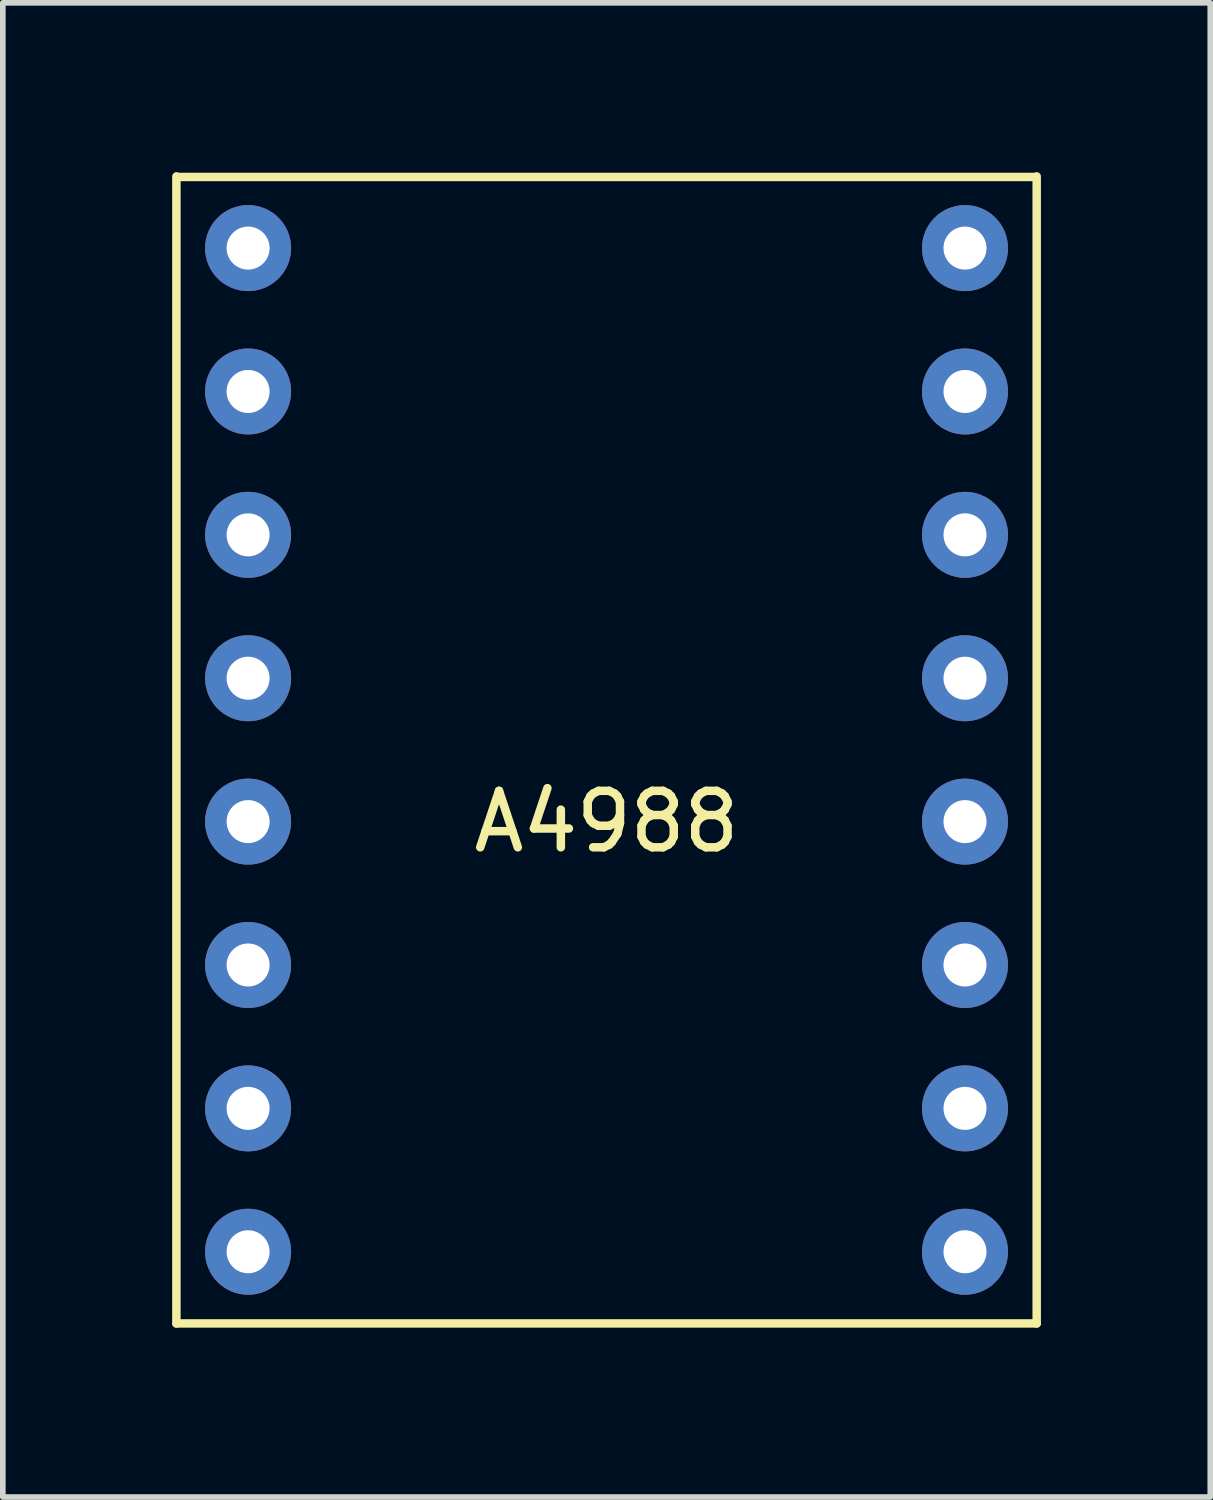
<source format=kicad_pcb>
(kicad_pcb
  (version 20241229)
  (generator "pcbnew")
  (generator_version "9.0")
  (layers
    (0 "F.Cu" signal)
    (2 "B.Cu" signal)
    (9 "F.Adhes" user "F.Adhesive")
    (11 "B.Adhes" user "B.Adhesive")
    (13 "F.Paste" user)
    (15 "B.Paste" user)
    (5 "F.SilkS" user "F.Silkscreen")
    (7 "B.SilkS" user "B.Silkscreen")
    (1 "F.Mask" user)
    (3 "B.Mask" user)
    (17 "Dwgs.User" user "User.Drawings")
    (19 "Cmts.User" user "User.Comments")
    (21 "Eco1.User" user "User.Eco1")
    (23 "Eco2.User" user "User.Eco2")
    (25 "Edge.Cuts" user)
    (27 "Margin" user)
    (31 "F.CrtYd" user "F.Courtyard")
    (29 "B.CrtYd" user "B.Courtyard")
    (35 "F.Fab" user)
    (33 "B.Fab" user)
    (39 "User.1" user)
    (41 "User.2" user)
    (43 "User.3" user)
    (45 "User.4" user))
  (footprint "A4988"
    (layer "F.Cu")
    (at 7.695 10.235)
    (property "Reference" "A4988" (at 0 1.27 0) (layer "F.SilkS") (effects (font (size 1 1) (thickness 0.15))))
    (attr through_hole)
    (fp_line (start -7.62 -10.16) (end -7.62 10.16) (stroke (width 0.15) (type solid)) (layer "F.SilkS"))
    (fp_line (start -7.62 10.16) (end 7.62 10.16) (stroke (width 0.15) (type solid)) (layer "F.SilkS"))
    (fp_line (start -7.6 -10.15) (end 7.6 -10.15) (stroke (width 0.15) (type solid)) (layer "F.SilkS"))
    (fp_line (start 7.62 10.16) (end 7.62 -10.16) (stroke (width 0.15) (type solid)) (layer "F.SilkS"))
    (pad "1" thru_hole circle (at -6.35 -8.89) (size 1.524 1.524) (drill 0.762) (layers "*.Cu" "*.Mask"))
    (pad "2" thru_hole circle (at -6.35 -6.35) (size 1.524 1.524) (drill 0.762) (layers "*.Cu" "*.Mask"))
    (pad "3" thru_hole circle (at -6.35 -3.81) (size 1.524 1.524) (drill 0.762) (layers "*.Cu" "*.Mask"))
    (pad "4" thru_hole circle (at -6.35 -1.27) (size 1.524 1.524) (drill 0.762) (layers "*.Cu" "*.Mask"))
    (pad "5" thru_hole circle (at -6.35 1.27) (size 1.524 1.524) (drill 0.762) (layers "*.Cu" "*.Mask"))
    (pad "6" thru_hole circle (at -6.35 3.81) (size 1.524 1.524) (drill 0.762) (layers "*.Cu" "*.Mask"))
    (pad "7" thru_hole circle (at -6.35 6.35) (size 1.524 1.524) (drill 0.762) (layers "*.Cu" "*.Mask"))
    (pad "8" thru_hole circle (at -6.35 8.89) (size 1.524 1.524) (drill 0.762) (layers "*.Cu" "*.Mask"))
    (pad "9" thru_hole circle (at 6.35 8.89) (size 1.524 1.524) (drill 0.762) (layers "*.Cu" "*.Mask"))
    (pad "10" thru_hole circle (at 6.35 6.35) (size 1.524 1.524) (drill 0.762) (layers "*.Cu" "*.Mask"))
    (pad "11" thru_hole circle (at 6.35 3.81) (size 1.524 1.524) (drill 0.762) (layers "*.Cu" "*.Mask"))
    (pad "12" thru_hole circle (at 6.35 1.27) (size 1.524 1.524) (drill 0.762) (layers "*.Cu" "*.Mask"))
    (pad "13" thru_hole circle (at 6.35 -1.27) (size 1.524 1.524) (drill 0.762) (layers "*.Cu" "*.Mask"))
    (pad "14" thru_hole circle (at 6.35 -3.81) (size 1.524 1.524) (drill 0.762) (layers "*.Cu" "*.Mask"))
    (pad "15" thru_hole circle (at 6.35 -6.35) (size 1.524 1.524) (drill 0.762) (layers "*.Cu" "*.Mask"))
    (pad "16" thru_hole circle (at 6.35 -8.89) (size 1.524 1.524) (drill 0.762) (layers "*.Cu" "*.Mask")))
  (gr_rect
    (start -3 -3)
    (end 18.39 23.47)
    (stroke (width 0.1) (type default))
    (fill no)
    (layer "Edge.Cuts")))
</source>
